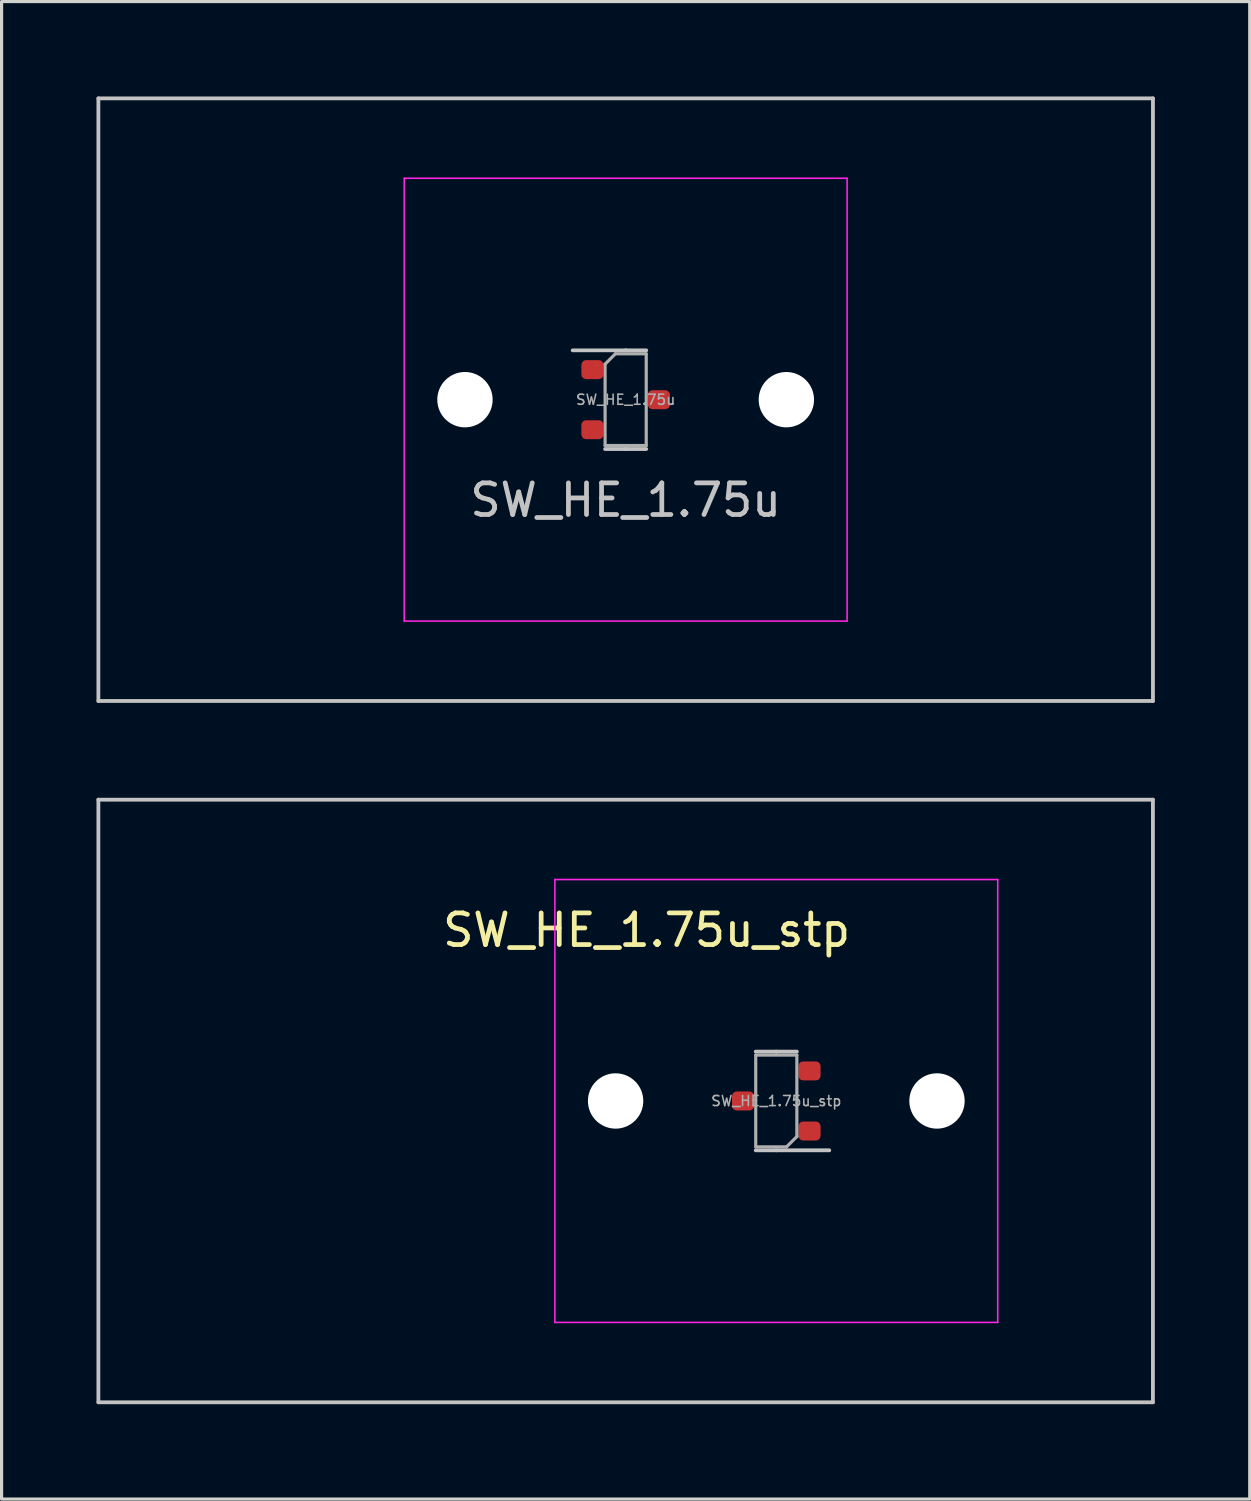
<source format=kicad_pcb>
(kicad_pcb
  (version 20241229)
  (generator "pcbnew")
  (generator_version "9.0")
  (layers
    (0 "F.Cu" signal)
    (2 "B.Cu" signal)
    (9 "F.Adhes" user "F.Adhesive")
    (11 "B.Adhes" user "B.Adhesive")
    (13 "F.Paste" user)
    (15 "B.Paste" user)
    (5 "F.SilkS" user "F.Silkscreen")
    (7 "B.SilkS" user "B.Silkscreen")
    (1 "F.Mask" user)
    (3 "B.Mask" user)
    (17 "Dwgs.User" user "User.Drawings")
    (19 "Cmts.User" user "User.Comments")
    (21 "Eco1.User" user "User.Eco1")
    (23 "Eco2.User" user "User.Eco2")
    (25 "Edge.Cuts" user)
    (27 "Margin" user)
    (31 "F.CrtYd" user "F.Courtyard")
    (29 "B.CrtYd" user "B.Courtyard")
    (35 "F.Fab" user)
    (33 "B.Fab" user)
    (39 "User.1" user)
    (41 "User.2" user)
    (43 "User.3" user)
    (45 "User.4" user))
  (footprint "SW_HE_1.75u"
    (layer "F.Cu")
    (at 16.729 9.585)
    (property "Reference" "SW_HE_1.75u" (at 0 3.175 0) (layer "Dwgs.User") (effects (font (size 1 1) (thickness 0.15))))
    (attr through_hole exclude_from_pos_files exclude_from_bom)
    (fp_line (start -16.669 -9.525) (end -16.669 9.525) (stroke (width 0.12) (type solid)) (layer "Dwgs.User"))
    (fp_line (start -16.669 9.525) (end 16.669 9.525) (stroke (width 0.12) (type solid)) (layer "Dwgs.User"))
    (fp_line (start 0 -1.56) (end -1.675 -1.56) (stroke (width 0.12) (type solid)) (layer "Dwgs.User"))
    (fp_line (start 0 -1.56) (end 0.65 -1.56) (stroke (width 0.12) (type solid)) (layer "Dwgs.User"))
    (fp_line (start 0 1.56) (end -0.65 1.56) (stroke (width 0.12) (type solid)) (layer "Dwgs.User"))
    (fp_line (start 0 1.56) (end 0.65 1.56) (stroke (width 0.12) (type solid)) (layer "Dwgs.User"))
    (fp_line (start 16.669 -9.525) (end -16.669 -9.525) (stroke (width 0.12) (type solid)) (layer "Dwgs.User"))
    (fp_line (start 16.669 9.525) (end 16.669 -9.525) (stroke (width 0.12) (type solid)) (layer "Dwgs.User"))
    (fp_line (start -7 6.5) (end -7 -6.5) (stroke (width 0.05) (type solid)) (layer "Eco2.User"))
    (fp_line (start -6.5 -7) (end 6.5 -7) (stroke (width 0.05) (type solid)) (layer "Eco2.User"))
    (fp_line (start 6.5 7) (end -6.5 7) (stroke (width 0.05) (type solid)) (layer "Eco2.User"))
    (fp_line (start 7 -6.5) (end 7 6.5) (stroke (width 0.05) (type solid)) (layer "Eco2.User"))
    (fp_arc (start -7 -6.5) (mid -6.853553 -6.853553) (end -6.5 -7) (stroke (width 0.05) (type solid)) (layer "Eco2.User"))
    (fp_arc (start -6.5 7) (mid -6.853553 6.853553) (end -7 6.5) (stroke (width 0.05) (type solid)) (layer "Eco2.User"))
    (fp_arc (start 6.5 -7) (mid 6.853553 -6.853553) (end 7 -6.5) (stroke (width 0.05) (type solid)) (layer "Eco2.User"))
    (fp_arc (start 6.997236 6.498884) (mid 6.850805 6.852453) (end 6.497236 6.998884) (stroke (width 0.05) (type solid)) (layer "Eco2.User"))
    (fp_line (start -7 -7) (end -7 7) (stroke (width 0.05) (type solid)) (layer "F.CrtYd"))
    (fp_line (start -7 7) (end 7 7) (stroke (width 0.05) (type solid)) (layer "F.CrtYd"))
    (fp_line (start 7 -7) (end -7 -7) (stroke (width 0.05) (type solid)) (layer "F.CrtYd"))
    (fp_line (start 7 7) (end 7 -7) (stroke (width 0.05) (type solid)) (layer "F.CrtYd"))
    (fp_line (start -0.65 -1.125) (end -0.325 -1.45) (stroke (width 0.1) (type solid)) (layer "F.Fab"))
    (fp_line (start -0.65 1.45) (end -0.65 -1.125) (stroke (width 0.1) (type solid)) (layer "F.Fab"))
    (fp_line (start -0.325 -1.45) (end 0.65 -1.45) (stroke (width 0.1) (type solid)) (layer "F.Fab"))
    (fp_line (start 0.65 -1.45) (end 0.65 1.45) (stroke (width 0.1) (type solid)) (layer "F.Fab"))
    (fp_line (start 0.65 1.45) (end -0.65 1.45) (stroke (width 0.1) (type solid)) (layer "F.Fab"))
    (fp_text user "${REFERENCE}" (at 0 0 0) (layer "F.Fab") (effects (font (size 0.32 0.32) (thickness 0.05))))
    (pad "" np_thru_hole circle (at -5.08 0) (size 1.75 1.75) (drill 1.75) (layers "*.Cu" "*.Mask"))
    (pad "" np_thru_hole circle (at 5.08 0) (size 1.75 1.75) (drill 1.75) (layers "*.Cu" "*.Mask"))
    (pad "1" smd roundrect (at -1.05 -0.95) (size 0.7 0.6) (layers "F.Cu" "F.Mask" "F.Paste") (roundrect_rratio 0.25))
    (pad "2" smd roundrect (at 1.05 0) (size 0.7 0.6) (layers "F.Cu" "F.Mask" "F.Paste") (roundrect_rratio 0.25))
    (pad "3" smd roundrect (at -1.05 0.95) (size 0.7 0.6) (layers "F.Cu" "F.Mask" "F.Paste") (roundrect_rratio 0.25))
    (zone (net_name "") (layers "F.Cu" "Dwgs.User") (hatch edge 0.508) (connect_pads) (min_thickness 0.254) (filled_areas_thickness no) (keepout (tracks allowed) (vias allowed) (pads allowed) (copperpour not_allowed) (footprints allowed)) (placement (enabled no)) (fill (island_removal_mode 2) (island_area_min 10)) (polygon (pts (arc (start 18.17875 9.985) (mid 18.214105 9.970355) (end 18.22875 9.935)) (arc (start 18.22875 9.235) (mid 18.214105 9.199645) (end 18.17875 9.185)) (arc (start 17.57875 9.185) (mid 17.543395 9.170355) (end 17.52875 9.135)) (arc (start 17.52875 8.035) (mid 17.514105 7.999645) (end 17.47875 7.985)) (xy 16.279 7.985) (xy 16.029 8.235) (arc (start 15.27875 8.235) (mid 15.243395 8.249645) (end 15.22875 8.285)) (arc (start 15.22875 8.985) (mid 15.243395 9.020355) (end 15.27875 9.035)) (arc (start 15.87875 9.035) (mid 15.914105 9.049645) (end 15.92875 9.085)) (arc (start 15.92875 10.085) (mid 15.914105 10.120355) (end 15.87875 10.135)) (arc (start 15.27875 10.135) (mid 15.243395 10.149645) (end 15.22875 10.185)) (arc (start 15.22875 10.885) (mid 15.243395 10.920355) (end 15.27875 10.935)) (arc (start 15.87875 10.935) (mid 15.914105 10.949645) (end 15.92875 10.985)) (arc (start 15.92875 11.135) (mid 15.943395 11.170355) (end 15.97875 11.185)) (arc (start 17.47875 11.185) (mid 17.514105 11.170355) (end 17.52875 11.135)) (arc (start 17.52875 10.035) (mid 17.543395 9.999645) (end 17.57875 9.985))))))
  (footprint "SW_HE_1.75u_stp"
    (layer "F.Cu")
    (at 21.491 31.755)
    (property "Reference" "SW_HE_1.75u_stp" (at -4.1 -5.4 0) (layer "F.SilkS") (effects (font (size 1 1) (thickness 0.15))))
    (attr through_hole exclude_from_pos_files exclude_from_bom)
    (fp_line (start -21.431 -9.525) (end -21.431 9.525) (stroke (width 0.12) (type solid)) (layer "Dwgs.User"))
    (fp_line (start -21.431 9.525) (end 11.906 9.525) (stroke (width 0.12) (type solid)) (layer "Dwgs.User"))
    (fp_line (start 0 -1.56) (end -0.65 -1.56) (stroke (width 0.12) (type solid)) (layer "Dwgs.User"))
    (fp_line (start 0 -1.56) (end 0.65 -1.56) (stroke (width 0.12) (type solid)) (layer "Dwgs.User"))
    (fp_line (start 0 1.56) (end -0.65 1.56) (stroke (width 0.12) (type solid)) (layer "Dwgs.User"))
    (fp_line (start 0 1.56) (end 1.675 1.56) (stroke (width 0.12) (type solid)) (layer "Dwgs.User"))
    (fp_line (start 11.906 -9.525) (end -21.431 -9.525) (stroke (width 0.12) (type solid)) (layer "Dwgs.User"))
    (fp_line (start 11.906 9.525) (end 11.906 -9.525) (stroke (width 0.12) (type solid)) (layer "Dwgs.User"))
    (fp_line (start -7 6.5) (end -7 -6.5) (stroke (width 0.05) (type solid)) (layer "Eco2.User"))
    (fp_line (start -6.5 -7) (end 6.5 -7) (stroke (width 0.05) (type solid)) (layer "Eco2.User"))
    (fp_line (start 6.5 7) (end -6.5 7) (stroke (width 0.05) (type solid)) (layer "Eco2.User"))
    (fp_line (start 7 -6.5) (end 7 6.5) (stroke (width 0.05) (type solid)) (layer "Eco2.User"))
    (fp_arc (start -7 -6.5) (mid -6.853553 -6.853553) (end -6.5 -7) (stroke (width 0.05) (type solid)) (layer "Eco2.User"))
    (fp_arc (start -6.5 7) (mid -6.853553 6.853553) (end -7 6.5) (stroke (width 0.05) (type solid)) (layer "Eco2.User"))
    (fp_arc (start 6.5 -7) (mid 6.853553 -6.853553) (end 7 -6.5) (stroke (width 0.05) (type solid)) (layer "Eco2.User"))
    (fp_arc (start 6.997236 6.498884) (mid 6.850805 6.852453) (end 6.497236 6.998884) (stroke (width 0.05) (type solid)) (layer "Eco2.User"))
    (fp_line (start -7 -7) (end -7 7) (stroke (width 0.05) (type solid)) (layer "F.CrtYd"))
    (fp_line (start -7 7) (end 7 7) (stroke (width 0.05) (type solid)) (layer "F.CrtYd"))
    (fp_line (start 7 -7) (end -7 -7) (stroke (width 0.05) (type solid)) (layer "F.CrtYd"))
    (fp_line (start 7 7) (end 7 -7) (stroke (width 0.05) (type solid)) (layer "F.CrtYd"))
    (fp_line (start -0.65 -1.45) (end 0.65 -1.45) (stroke (width 0.1) (type solid)) (layer "F.Fab"))
    (fp_line (start -0.65 1.45) (end -0.65 -1.45) (stroke (width 0.1) (type solid)) (layer "F.Fab"))
    (fp_line (start 0.325 1.45) (end -0.65 1.45) (stroke (width 0.1) (type solid)) (layer "F.Fab"))
    (fp_line (start 0.65 -1.45) (end 0.65 1.125) (stroke (width 0.1) (type solid)) (layer "F.Fab"))
    (fp_line (start 0.65 1.125) (end 0.325 1.45) (stroke (width 0.1) (type solid)) (layer "F.Fab"))
    (fp_text user "${REFERENCE}" (at 0 0 180) (layer "F.Fab") (effects (font (size 0.32 0.32) (thickness 0.05))))
    (pad "" np_thru_hole circle (at -5.08 0) (size 1.75 1.75) (drill 1.75) (layers "*.Cu" "*.Mask"))
    (pad "" np_thru_hole circle (at 5.08 0) (size 1.75 1.75) (drill 1.75) (layers "*.Cu" "*.Mask"))
    (pad "1" smd roundrect (at 1.05 0.95 180) (size 0.7 0.6) (layers "F.Cu" "F.Mask" "F.Paste") (roundrect_rratio 0.25))
    (pad "2" smd roundrect (at -1.05 0 180) (size 0.7 0.6) (layers "F.Cu" "F.Mask" "F.Paste") (roundrect_rratio 0.25))
    (pad "3" smd roundrect (at 1.05 -0.95 180) (size 0.7 0.6) (layers "F.Cu" "F.Mask" "F.Paste") (roundrect_rratio 0.25))
    (zone (net_name "") (layers "F.Cu" "Dwgs.User") (hatch edge 0.508) (connect_pads) (min_thickness 0.254) (filled_areas_thickness no) (keepout (tracks allowed) (vias allowed) (pads allowed) (copperpour not_allowed) (footprints allowed)) (placement (enabled no)) (fill (island_removal_mode 2) (island_area_min 10)) (polygon (pts (xy 19.943 31.255) (xy 19.923 31.257) (xy 19.895 31.285) (xy 19.893 31.305) (xy 19.893 32.205) (xy 19.895 32.225) (xy 19.923 32.253) (xy 19.943 32.255) (xy 20.543 32.255) (xy 20.563 32.257) (xy 20.591 32.285) (xy 20.593 32.305) (xy 20.593 33.405) (xy 20.595 33.425) (xy 20.623 33.453) (xy 20.643 33.455) (xy 22.343 33.455) (xy 22.363 33.45) (xy 22.39 33.425) (xy 22.393 33.405) (xy 22.393 33.255) (xy 22.395 33.235) (xy 22.423 33.206) (xy 22.443 33.205) (xy 23.043 33.205) (xy 23.063 33.203) (xy 23.091 33.175) (xy 23.093 33.155) (xy 23.093 32.255) (xy 23.091 32.235) (xy 23.063 32.207) (xy 23.043 32.205) (xy 22.443 32.205) (xy 22.423 32.203) (xy 22.395 32.175) (xy 22.393 32.155) (xy 22.393 31.355) (xy 22.395 31.335) (xy 22.423 31.307) (xy 22.443 31.305) (xy 23.043 31.305) (xy 23.063 31.303) (xy 23.091 31.275) (xy 23.093 31.255) (xy 23.093 30.355) (xy 23.091 30.335) (xy 23.063 30.307) (xy 23.043 30.305) (xy 22.443 30.305) (xy 22.423 30.303) (xy 22.395 30.275) (xy 22.393 30.255) (xy 22.393 30.105) (xy 22.391 30.085) (xy 22.363 30.057) (xy 22.343 30.055) (xy 20.643 30.055) (xy 20.623 30.057) (xy 20.595 30.085) (xy 20.593 30.105) (xy 20.593 31.205) (xy 20.591 31.225) (xy 20.563 31.253) (xy 20.543 31.255)))))
  (gr_rect
    (start -3 -3)
    (end 36.458 44.34)
    (stroke (width 0.1) (type default))
    (fill no)
    (layer "Edge.Cuts")))
</source>
